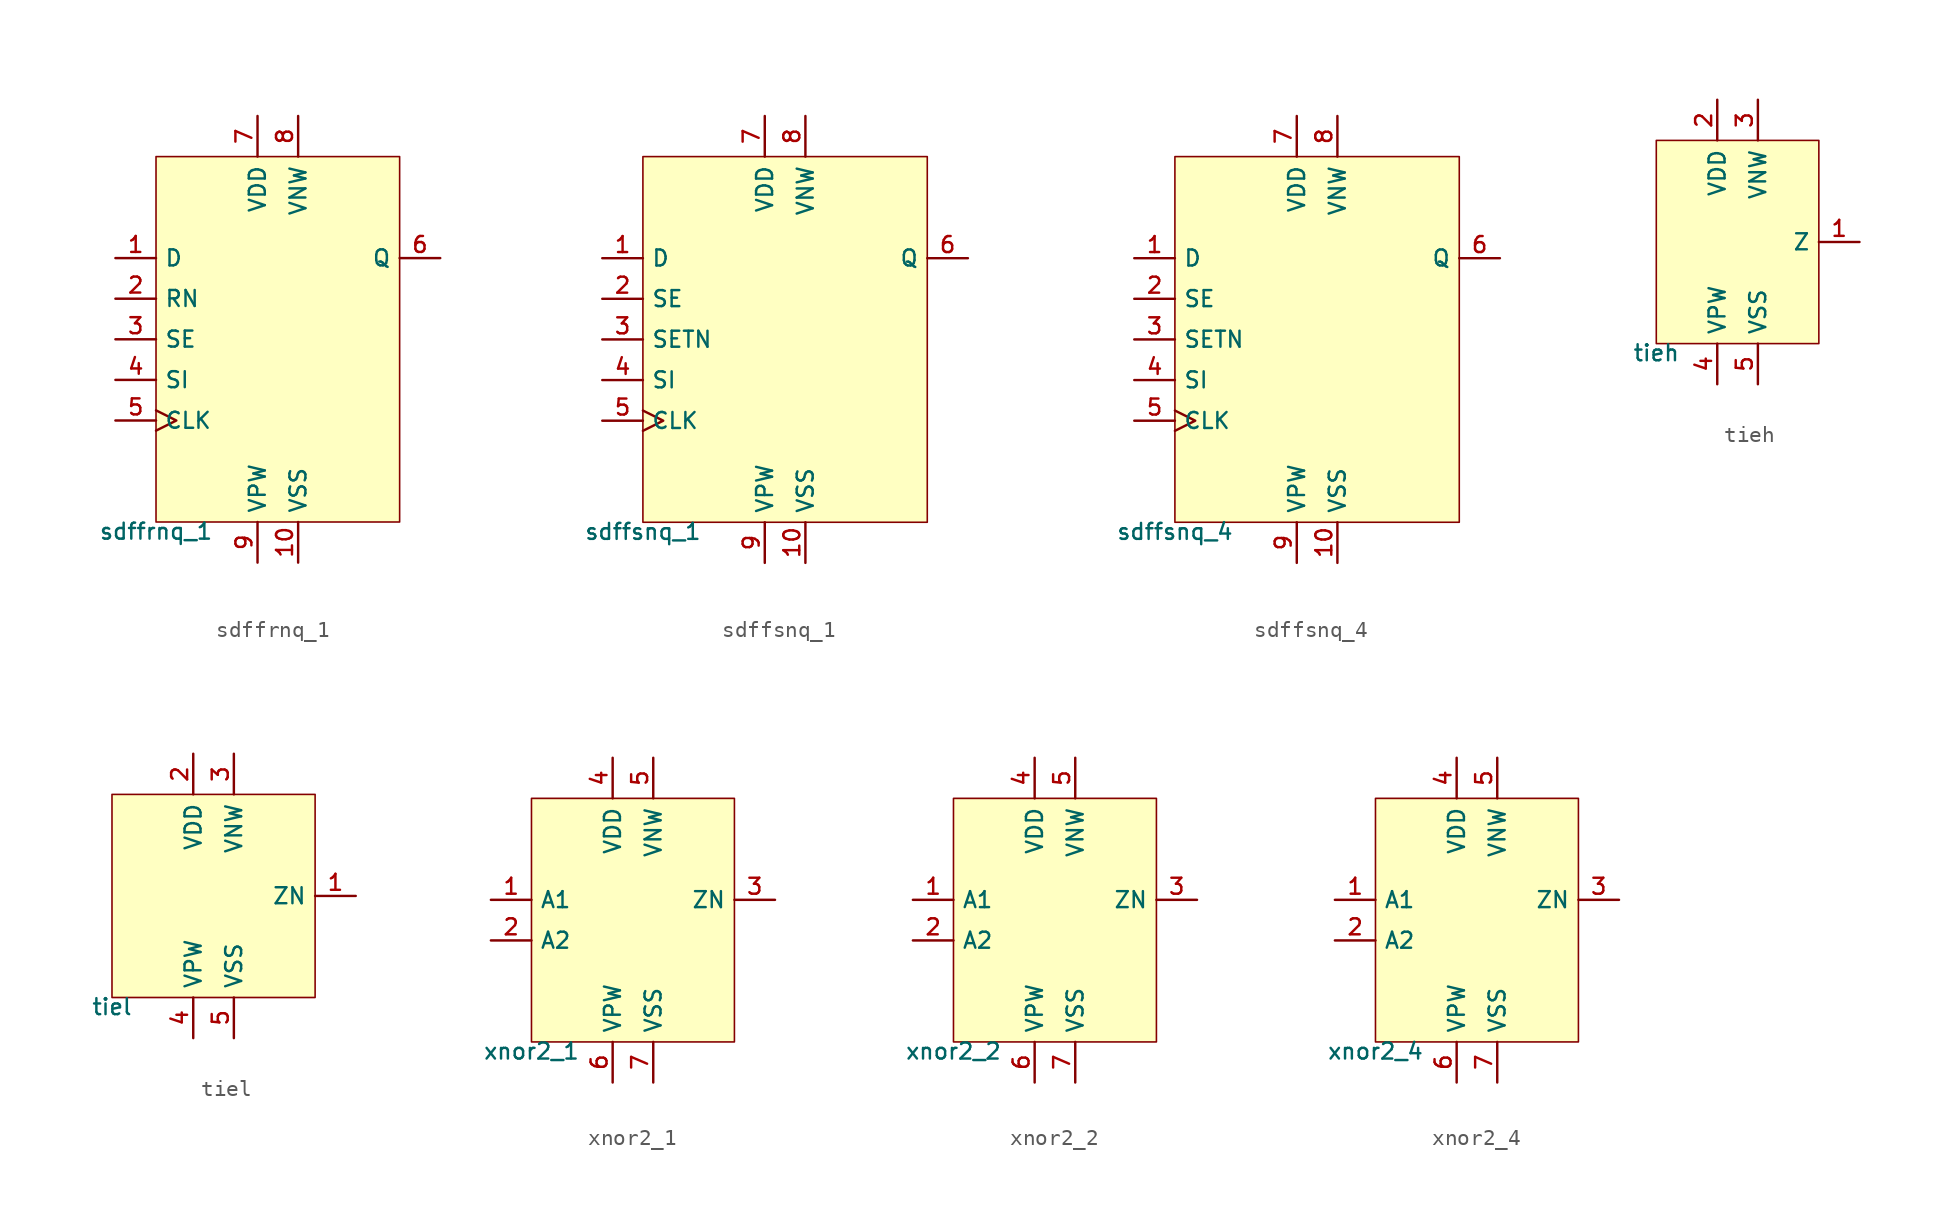
<source format=kicad_sym>
(kicad_symbol_lib
  (version 20211014)
  (generator pdk2kicad)
  (symbol "sdffrnq_1"
    (property "Reference" "X"
      (at 0 0 0)
      (effects (font (size 1 1)) hide))
    (property "Value" "sdffrnq_1"
      (at -7.62 -11.43 0)
      (effects (font (size 1 1)) (justify top)))
    (rectangle
      (start -7.62 -11.43)
      (end 7.62 11.43)
      (stroke (width 0.1) (type solid) (color 0 0 0 0))
      (fill (type background)))
    (pin input line
      (at -10.16 5.08 0)
      (length 2.54)
      (name "D" (effects (font (size 1 1)) hide))
      (number "1" (effects (font (size 1 1)) hide)))
    (pin input line
      (at -10.16 2.54 0)
      (length 2.54)
      (name "RN" (effects (font (size 1 1)) hide))
      (number "2" (effects (font (size 1 1)) hide)))
    (pin input line
      (at -10.16 -4.440892098500626e-16 0)
      (length 2.54)
      (name "SE" (effects (font (size 1 1)) hide))
      (number "3" (effects (font (size 1 1)) hide)))
    (pin input line
      (at -10.16 -2.54 0)
      (length 2.54)
      (name "SI" (effects (font (size 1 1)) hide))
      (number "4" (effects (font (size 1 1)) hide)))
    (pin input clock
      (at -10.16 -5.08 0)
      (length 2.54)
      (name "CLK" (effects (font (size 1 1)) hide))
      (number "5" (effects (font (size 1 1)) hide)))
    (pin output line
      (at 10.16 5.08 180)
      (length 2.54)
      (name "Q" (effects (font (size 1 1)) hide))
      (number "6" (effects (font (size 1 1)) hide)))
    (pin power_in line
      (at -1.27 13.97 270)
      (length 2.54)
      (name "VDD" (effects (font (size 1 1)) hide))
      (number "7" (effects (font (size 1 1)) hide)))
    (pin power_in line
      (at 1.27 13.97 270)
      (length 2.54)
      (name "VNW" (effects (font (size 1 1)) hide))
      (number "8" (effects (font (size 1 1)) hide)))
    (pin power_in line
      (at -1.27 -13.97 90)
      (length 2.54)
      (name "VPW" (effects (font (size 1 1)) hide))
      (number "9" (effects (font (size 1 1)) hide)))
    (pin power_in line
      (at 1.27 -13.97 90)
      (length 2.54)
      (name "VSS" (effects (font (size 1 1)) hide))
      (number "10" (effects (font (size 1 1)) hide))))
  (symbol "sdffsnq_1"
    (property "Reference" "X"
      (at 0 0 0)
      (effects (font (size 1 1)) hide))
    (property "Value" "sdffsnq_1"
      (at -8.89 -11.43 0)
      (effects (font (size 1 1)) (justify top)))
    (rectangle
      (start -8.89 -11.43)
      (end 8.89 11.43)
      (stroke (width 0.1) (type solid) (color 0 0 0 0))
      (fill (type background)))
    (pin input line
      (at -11.43 5.08 0)
      (length 2.54)
      (name "D" (effects (font (size 1 1)) hide))
      (number "1" (effects (font (size 1 1)) hide)))
    (pin input line
      (at -11.43 2.54 0)
      (length 2.54)
      (name "SE" (effects (font (size 1 1)) hide))
      (number "2" (effects (font (size 1 1)) hide)))
    (pin input line
      (at -11.43 -4.440892098500626e-16 0)
      (length 2.54)
      (name "SETN" (effects (font (size 1 1)) hide))
      (number "3" (effects (font (size 1 1)) hide)))
    (pin input line
      (at -11.43 -2.54 0)
      (length 2.54)
      (name "SI" (effects (font (size 1 1)) hide))
      (number "4" (effects (font (size 1 1)) hide)))
    (pin input clock
      (at -11.43 -5.08 0)
      (length 2.54)
      (name "CLK" (effects (font (size 1 1)) hide))
      (number "5" (effects (font (size 1 1)) hide)))
    (pin output line
      (at 11.43 5.08 180)
      (length 2.54)
      (name "Q" (effects (font (size 1 1)) hide))
      (number "6" (effects (font (size 1 1)) hide)))
    (pin power_in line
      (at -1.27 13.97 270)
      (length 2.54)
      (name "VDD" (effects (font (size 1 1)) hide))
      (number "7" (effects (font (size 1 1)) hide)))
    (pin power_in line
      (at 1.27 13.97 270)
      (length 2.54)
      (name "VNW" (effects (font (size 1 1)) hide))
      (number "8" (effects (font (size 1 1)) hide)))
    (pin power_in line
      (at -1.27 -13.97 90)
      (length 2.54)
      (name "VPW" (effects (font (size 1 1)) hide))
      (number "9" (effects (font (size 1 1)) hide)))
    (pin power_in line
      (at 1.27 -13.97 90)
      (length 2.54)
      (name "VSS" (effects (font (size 1 1)) hide))
      (number "10" (effects (font (size 1 1)) hide))))
  (symbol "sdffsnq_4"
    (property "Reference" "X"
      (at 0 0 0)
      (effects (font (size 1 1)) hide))
    (property "Value" "sdffsnq_4"
      (at -8.89 -11.43 0)
      (effects (font (size 1 1)) (justify top)))
    (rectangle
      (start -8.89 -11.43)
      (end 8.89 11.43)
      (stroke (width 0.1) (type solid) (color 0 0 0 0))
      (fill (type background)))
    (pin input line
      (at -11.43 5.08 0)
      (length 2.54)
      (name "D" (effects (font (size 1 1)) hide))
      (number "1" (effects (font (size 1 1)) hide)))
    (pin input line
      (at -11.43 2.54 0)
      (length 2.54)
      (name "SE" (effects (font (size 1 1)) hide))
      (number "2" (effects (font (size 1 1)) hide)))
    (pin input line
      (at -11.43 -4.440892098500626e-16 0)
      (length 2.54)
      (name "SETN" (effects (font (size 1 1)) hide))
      (number "3" (effects (font (size 1 1)) hide)))
    (pin input line
      (at -11.43 -2.54 0)
      (length 2.54)
      (name "SI" (effects (font (size 1 1)) hide))
      (number "4" (effects (font (size 1 1)) hide)))
    (pin input clock
      (at -11.43 -5.08 0)
      (length 2.54)
      (name "CLK" (effects (font (size 1 1)) hide))
      (number "5" (effects (font (size 1 1)) hide)))
    (pin output line
      (at 11.43 5.08 180)
      (length 2.54)
      (name "Q" (effects (font (size 1 1)) hide))
      (number "6" (effects (font (size 1 1)) hide)))
    (pin power_in line
      (at -1.27 13.97 270)
      (length 2.54)
      (name "VDD" (effects (font (size 1 1)) hide))
      (number "7" (effects (font (size 1 1)) hide)))
    (pin power_in line
      (at 1.27 13.97 270)
      (length 2.54)
      (name "VNW" (effects (font (size 1 1)) hide))
      (number "8" (effects (font (size 1 1)) hide)))
    (pin power_in line
      (at -1.27 -13.97 90)
      (length 2.54)
      (name "VPW" (effects (font (size 1 1)) hide))
      (number "9" (effects (font (size 1 1)) hide)))
    (pin power_in line
      (at 1.27 -13.97 90)
      (length 2.54)
      (name "VSS" (effects (font (size 1 1)) hide))
      (number "10" (effects (font (size 1 1)) hide))))
  (symbol "tieh"
    (property "Reference" "X"
      (at 0 0 0)
      (effects (font (size 1 1)) hide))
    (property "Value" "tieh"
      (at -5.08 -6.35 0)
      (effects (font (size 1 1)) (justify top)))
    (rectangle
      (start -5.08 -6.35)
      (end 5.08 6.35)
      (stroke (width 0.1) (type solid) (color 0 0 0 0))
      (fill (type background)))
    (pin output line
      (at 7.62 -4.440892098500626e-16 180)
      (length 2.54)
      (name "Z" (effects (font (size 1 1)) hide))
      (number "1" (effects (font (size 1 1)) hide)))
    (pin power_in line
      (at -1.27 8.89 270)
      (length 2.54)
      (name "VDD" (effects (font (size 1 1)) hide))
      (number "2" (effects (font (size 1 1)) hide)))
    (pin power_in line
      (at 1.27 8.89 270)
      (length 2.54)
      (name "VNW" (effects (font (size 1 1)) hide))
      (number "3" (effects (font (size 1 1)) hide)))
    (pin power_in line
      (at -1.27 -8.89 90)
      (length 2.54)
      (name "VPW" (effects (font (size 1 1)) hide))
      (number "4" (effects (font (size 1 1)) hide)))
    (pin power_in line
      (at 1.27 -8.89 90)
      (length 2.54)
      (name "VSS" (effects (font (size 1 1)) hide))
      (number "5" (effects (font (size 1 1)) hide))))
  (symbol "tiel"
    (property "Reference" "X"
      (at 0 0 0)
      (effects (font (size 1 1)) hide))
    (property "Value" "tiel"
      (at -6.35 -6.35 0)
      (effects (font (size 1 1)) (justify top)))
    (rectangle
      (start -6.35 -6.35)
      (end 6.35 6.35)
      (stroke (width 0.1) (type solid) (color 0 0 0 0))
      (fill (type background)))
    (pin output line
      (at 8.89 -4.440892098500626e-16 180)
      (length 2.54)
      (name "ZN" (effects (font (size 1 1)) hide))
      (number "1" (effects (font (size 1 1)) hide)))
    (pin power_in line
      (at -1.27 8.89 270)
      (length 2.54)
      (name "VDD" (effects (font (size 1 1)) hide))
      (number "2" (effects (font (size 1 1)) hide)))
    (pin power_in line
      (at 1.27 8.89 270)
      (length 2.54)
      (name "VNW" (effects (font (size 1 1)) hide))
      (number "3" (effects (font (size 1 1)) hide)))
    (pin power_in line
      (at -1.27 -8.89 90)
      (length 2.54)
      (name "VPW" (effects (font (size 1 1)) hide))
      (number "4" (effects (font (size 1 1)) hide)))
    (pin power_in line
      (at 1.27 -8.89 90)
      (length 2.54)
      (name "VSS" (effects (font (size 1 1)) hide))
      (number "5" (effects (font (size 1 1)) hide))))
  (symbol "xnor2_1"
    (property "Reference" "X"
      (at 0 0 0)
      (effects (font (size 1 1)) hide))
    (property "Value" "xnor2_1"
      (at -6.35 -7.62 0)
      (effects (font (size 1 1)) (justify top)))
    (rectangle
      (start -6.35 -7.62)
      (end 6.35 7.62)
      (stroke (width 0.1) (type solid) (color 0 0 0 0))
      (fill (type background)))
    (pin input line
      (at -8.89 1.27 0)
      (length 2.54)
      (name "A1" (effects (font (size 1 1)) hide))
      (number "1" (effects (font (size 1 1)) hide)))
    (pin input line
      (at -8.89 -1.27 0)
      (length 2.54)
      (name "A2" (effects (font (size 1 1)) hide))
      (number "2" (effects (font (size 1 1)) hide)))
    (pin output line
      (at 8.89 1.27 180)
      (length 2.54)
      (name "ZN" (effects (font (size 1 1)) hide))
      (number "3" (effects (font (size 1 1)) hide)))
    (pin power_in line
      (at -1.27 10.16 270)
      (length 2.54)
      (name "VDD" (effects (font (size 1 1)) hide))
      (number "4" (effects (font (size 1 1)) hide)))
    (pin power_in line
      (at 1.27 10.16 270)
      (length 2.54)
      (name "VNW" (effects (font (size 1 1)) hide))
      (number "5" (effects (font (size 1 1)) hide)))
    (pin power_in line
      (at -1.27 -10.16 90)
      (length 2.54)
      (name "VPW" (effects (font (size 1 1)) hide))
      (number "6" (effects (font (size 1 1)) hide)))
    (pin power_in line
      (at 1.27 -10.16 90)
      (length 2.54)
      (name "VSS" (effects (font (size 1 1)) hide))
      (number "7" (effects (font (size 1 1)) hide))))
  (symbol "xnor2_2"
    (property "Reference" "X"
      (at 0 0 0)
      (effects (font (size 1 1)) hide))
    (property "Value" "xnor2_2"
      (at -6.35 -7.62 0)
      (effects (font (size 1 1)) (justify top)))
    (rectangle
      (start -6.35 -7.62)
      (end 6.35 7.62)
      (stroke (width 0.1) (type solid) (color 0 0 0 0))
      (fill (type background)))
    (pin input line
      (at -8.89 1.27 0)
      (length 2.54)
      (name "A1" (effects (font (size 1 1)) hide))
      (number "1" (effects (font (size 1 1)) hide)))
    (pin input line
      (at -8.89 -1.27 0)
      (length 2.54)
      (name "A2" (effects (font (size 1 1)) hide))
      (number "2" (effects (font (size 1 1)) hide)))
    (pin output line
      (at 8.89 1.27 180)
      (length 2.54)
      (name "ZN" (effects (font (size 1 1)) hide))
      (number "3" (effects (font (size 1 1)) hide)))
    (pin power_in line
      (at -1.27 10.16 270)
      (length 2.54)
      (name "VDD" (effects (font (size 1 1)) hide))
      (number "4" (effects (font (size 1 1)) hide)))
    (pin power_in line
      (at 1.27 10.16 270)
      (length 2.54)
      (name "VNW" (effects (font (size 1 1)) hide))
      (number "5" (effects (font (size 1 1)) hide)))
    (pin power_in line
      (at -1.27 -10.16 90)
      (length 2.54)
      (name "VPW" (effects (font (size 1 1)) hide))
      (number "6" (effects (font (size 1 1)) hide)))
    (pin power_in line
      (at 1.27 -10.16 90)
      (length 2.54)
      (name "VSS" (effects (font (size 1 1)) hide))
      (number "7" (effects (font (size 1 1)) hide))))
  (symbol "xnor2_4"
    (property "Reference" "X"
      (at 0 0 0)
      (effects (font (size 1 1)) hide))
    (property "Value" "xnor2_4"
      (at -6.35 -7.62 0)
      (effects (font (size 1 1)) (justify top)))
    (rectangle
      (start -6.35 -7.62)
      (end 6.35 7.62)
      (stroke (width 0.1) (type solid) (color 0 0 0 0))
      (fill (type background)))
    (pin input line
      (at -8.89 1.27 0)
      (length 2.54)
      (name "A1" (effects (font (size 1 1)) hide))
      (number "1" (effects (font (size 1 1)) hide)))
    (pin input line
      (at -8.89 -1.27 0)
      (length 2.54)
      (name "A2" (effects (font (size 1 1)) hide))
      (number "2" (effects (font (size 1 1)) hide)))
    (pin output line
      (at 8.89 1.27 180)
      (length 2.54)
      (name "ZN" (effects (font (size 1 1)) hide))
      (number "3" (effects (font (size 1 1)) hide)))
    (pin power_in line
      (at -1.27 10.16 270)
      (length 2.54)
      (name "VDD" (effects (font (size 1 1)) hide))
      (number "4" (effects (font (size 1 1)) hide)))
    (pin power_in line
      (at 1.27 10.16 270)
      (length 2.54)
      (name "VNW" (effects (font (size 1 1)) hide))
      (number "5" (effects (font (size 1 1)) hide)))
    (pin power_in line
      (at -1.27 -10.16 90)
      (length 2.54)
      (name "VPW" (effects (font (size 1 1)) hide))
      (number "6" (effects (font (size 1 1)) hide)))
    (pin power_in line
      (at 1.27 -10.16 90)
      (length 2.54)
      (name "VSS" (effects (font (size 1 1)) hide))
      (number "7" (effects (font (size 1 1)) hide)))))
</source>
